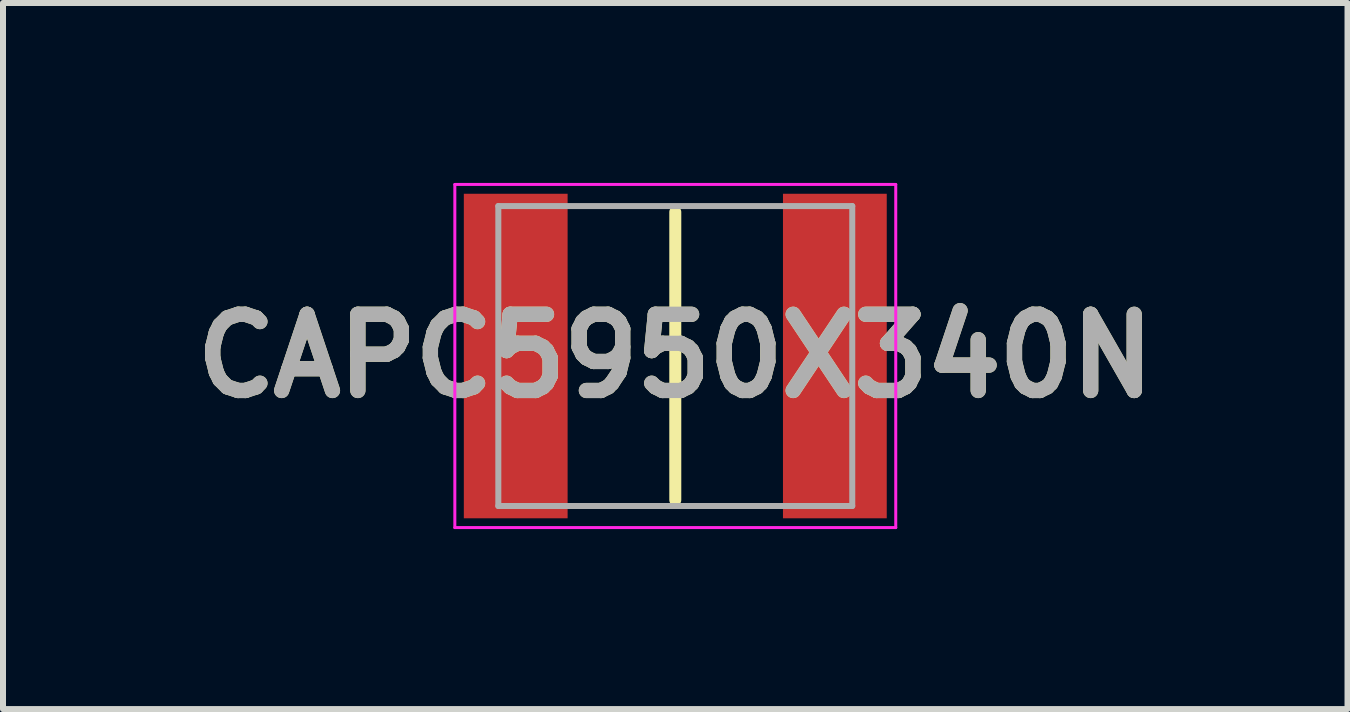
<source format=kicad_pcb>
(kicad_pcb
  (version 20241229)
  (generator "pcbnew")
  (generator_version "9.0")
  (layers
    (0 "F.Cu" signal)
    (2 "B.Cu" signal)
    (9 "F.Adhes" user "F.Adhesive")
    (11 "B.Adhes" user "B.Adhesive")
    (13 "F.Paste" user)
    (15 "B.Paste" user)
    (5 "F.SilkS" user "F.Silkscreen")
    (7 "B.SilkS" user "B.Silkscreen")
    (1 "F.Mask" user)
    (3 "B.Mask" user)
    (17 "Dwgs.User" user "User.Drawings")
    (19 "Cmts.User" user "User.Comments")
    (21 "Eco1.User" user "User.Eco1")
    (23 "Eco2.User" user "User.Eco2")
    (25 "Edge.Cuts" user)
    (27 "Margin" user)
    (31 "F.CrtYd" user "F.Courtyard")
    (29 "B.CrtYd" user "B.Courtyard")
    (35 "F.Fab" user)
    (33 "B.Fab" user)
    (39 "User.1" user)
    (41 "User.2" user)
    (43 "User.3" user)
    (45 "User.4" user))
  (footprint "CAPC5950X340N"
    (layer "F.Cu")
    (at 8.207 2.885)
    (property "Reference" "CAPC5950X340N" (at 0 0 0) (layer "F.SilkS") (effects (font (size 1.27 1.27) (thickness 0.254))))
    (attr smd)
    (fp_line (start 0 -2.4) (end 0 2.4) (stroke (width 0.2) (type solid)) (layer "F.SilkS"))
    (fp_line (start -3.675 -2.86) (end 3.675 -2.86) (stroke (width 0.05) (type solid)) (layer "F.CrtYd"))
    (fp_line (start -3.675 2.86) (end -3.675 -2.86) (stroke (width 0.05) (type solid)) (layer "F.CrtYd"))
    (fp_line (start 3.675 -2.86) (end 3.675 2.86) (stroke (width 0.05) (type solid)) (layer "F.CrtYd"))
    (fp_line (start 3.675 2.86) (end -3.675 2.86) (stroke (width 0.05) (type solid)) (layer "F.CrtYd"))
    (fp_line (start -2.95 -2.5) (end 2.95 -2.5) (stroke (width 0.1) (type solid)) (layer "F.Fab"))
    (fp_line (start -2.95 2.5) (end -2.95 -2.5) (stroke (width 0.1) (type solid)) (layer "F.Fab"))
    (fp_line (start 2.95 -2.5) (end 2.95 2.5) (stroke (width 0.1) (type solid)) (layer "F.Fab"))
    (fp_line (start 2.95 2.5) (end -2.95 2.5) (stroke (width 0.1) (type solid)) (layer "F.Fab"))
    (fp_text user "${REFERENCE}" (at 0 0 0) (layer "F.Fab") (effects (font (size 1.27 1.27) (thickness 0.254))))
    (pad "1" smd rect (at -2.66 0) (size 1.73 5.41) (layers "F.Cu" "F.Mask" "F.Paste"))
    (pad "2" smd rect (at 2.66 0) (size 1.73 5.41) (layers "F.Cu" "F.Mask" "F.Paste")))
  (gr_rect
    (start -3 -3)
    (end 19.413 8.77)
    (stroke (width 0.1) (type default))
    (fill no)
    (layer "Edge.Cuts")))
</source>
